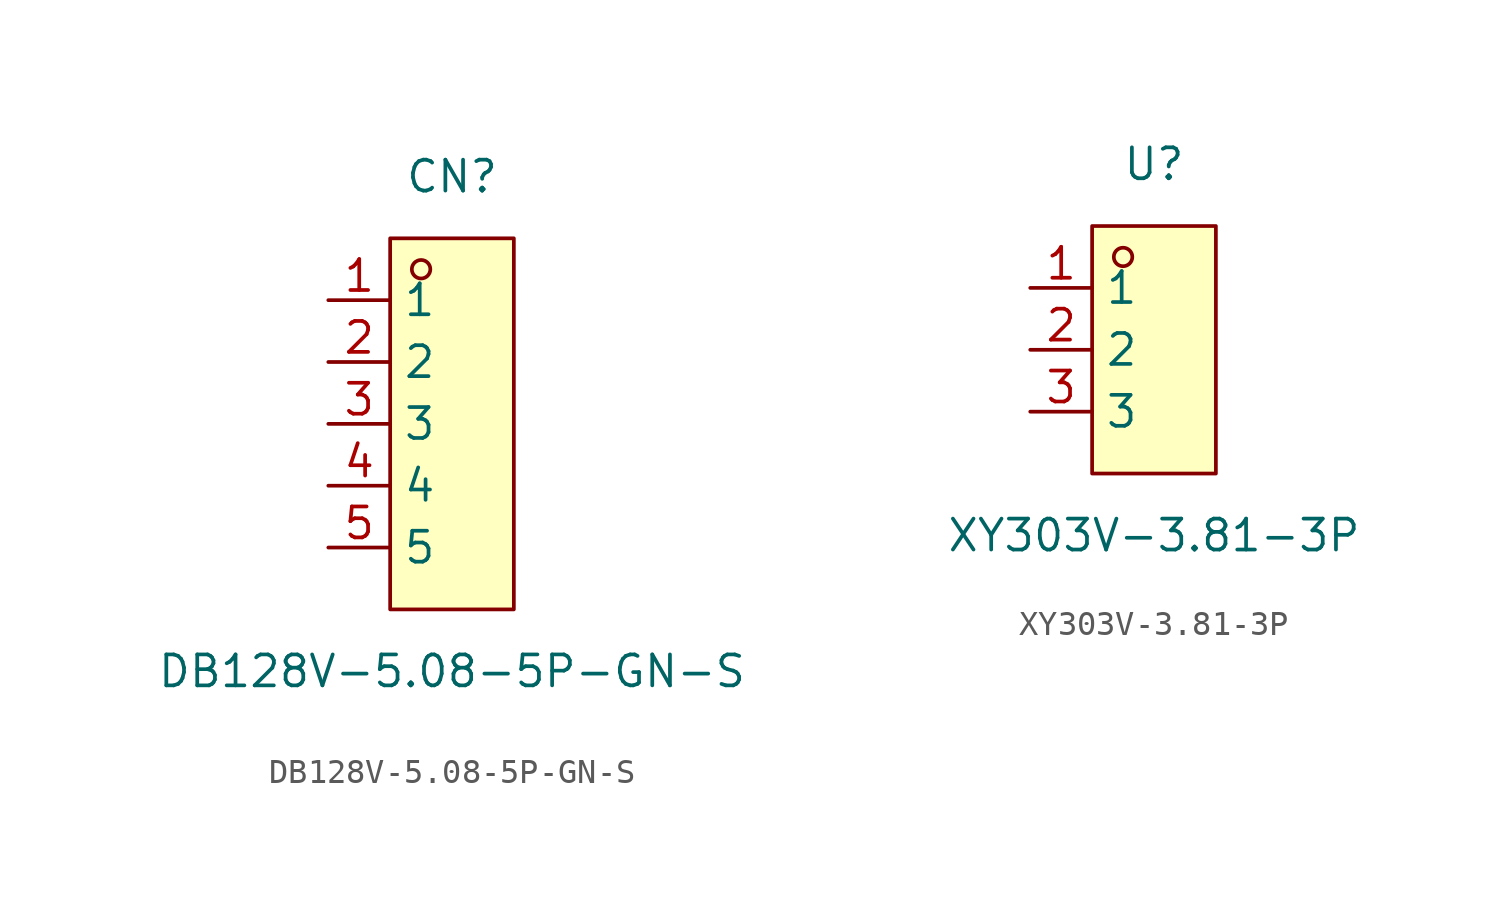
<source format=kicad_sym>
(kicad_symbol_lib
  (version 20211014)
  (generator https://github.com/uPesy/easyeda2kicad.py)
  (symbol "DB128V-5.08-5P-GN-S"
    (property "Reference" "CN"
      (at 0 10.16 0)
      (effects (font (size 1.27 1.27))))
    (property "Value" "DB128V-5.08-5P-GN-S"
      (at 0 -10.16 0)
      (effects (font (size 1.27 1.27))))
    (symbol "DB128V-5.08-5P-GN-S_0_1"
      (rectangle (start -2.54 7.62) (end 2.54 -7.62) (stroke (width 0) (type default) (color 0 0 0 0)) (fill (type background)))
      (circle (center -1.27 6.35) (radius 0.38) (stroke (width 0) (type default) (color 0 0 0 0)) (fill (type none)))
      (pin unspecified line (at -5.08 5.08 0) (length 2.54) (name "1" (effects (font (size 1.27 1.27)))) (number "1" (effects (font (size 1.27 1.27)))))
      (pin unspecified line (at -5.08 2.54 0) (length 2.54) (name "2" (effects (font (size 1.27 1.27)))) (number "2" (effects (font (size 1.27 1.27)))))
      (pin unspecified line (at -5.08 -0.00 0) (length 2.54) (name "3" (effects (font (size 1.27 1.27)))) (number "3" (effects (font (size 1.27 1.27)))))
      (pin unspecified line (at -5.08 -2.54 0) (length 2.54) (name "4" (effects (font (size 1.27 1.27)))) (number "4" (effects (font (size 1.27 1.27)))))
      (pin unspecified line (at -5.08 -5.08 0) (length 2.54) (name "5" (effects (font (size 1.27 1.27)))) (number "5" (effects (font (size 1.27 1.27)))))))
  (symbol "XY303V-3.81-3P"
    (property "Reference" "U"
      (at 0 7.62 0)
      (effects (font (size 1.27 1.27))))
    (property "Value" "XY303V-3.81-3P"
      (at 0 -7.62 0)
      (effects (font (size 1.27 1.27))))
    (symbol "XY303V-3.81-3P_0_1"
      (rectangle (start -2.54 5.08) (end 2.54 -5.08) (stroke (width 0) (type default) (color 0 0 0 0)) (fill (type background)))
      (circle (center -1.27 3.81) (radius 0.38) (stroke (width 0) (type default) (color 0 0 0 0)) (fill (type none)))
      (pin unspecified line (at -5.08 2.54 0) (length 2.54) (name "1" (effects (font (size 1.27 1.27)))) (number "1" (effects (font (size 1.27 1.27)))))
      (pin unspecified line (at -5.08 -0.00 0) (length 2.54) (name "2" (effects (font (size 1.27 1.27)))) (number "2" (effects (font (size 1.27 1.27)))))
      (pin unspecified line (at -5.08 -2.54 0) (length 2.54) (name "3" (effects (font (size 1.27 1.27)))) (number "3" (effects (font (size 1.27 1.27))))))))
</source>
